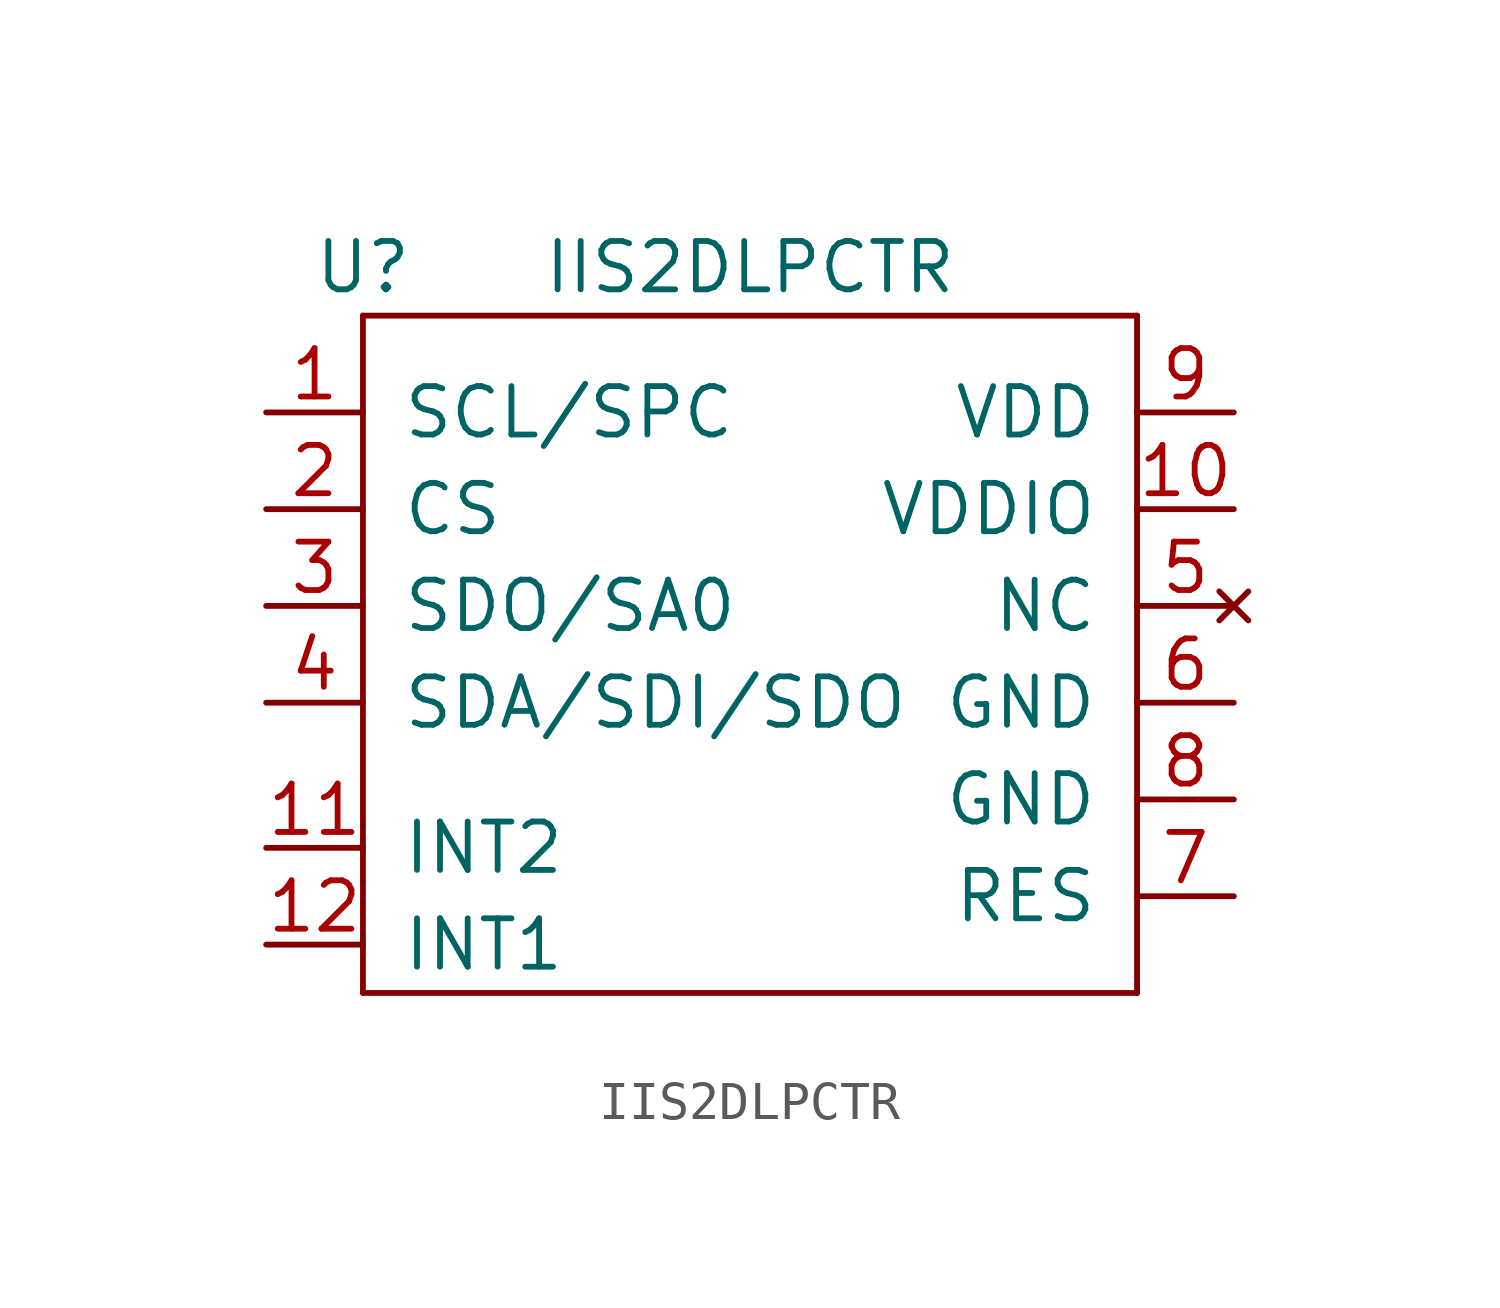
<source format=kicad_sym>
(kicad_symbol_lib
  (version 20220914)
  (generator kicad_symbol_editor)
  (symbol "IIS2DLPCTR"
    (pin_names
      (offset 1.016))
    (property "Reference" "U"
      (at -10.16 10.16 0)
      (effects (font (size 1.27 1.27))))
    (property "Value" "IIS2DLPCTR"
      (at 0 10.16 0)
      (effects (font (size 1.27 1.27))))
    (symbol "IIS2DLPCTR_0_1"
      (rectangle (start -10.16 -8.89) (end 10.16 -8.89) (stroke (width 0) (type solid)) (fill (type none)))
      (rectangle (start -10.16 8.89) (end -10.16 -8.89) (stroke (width 0) (type solid)) (fill (type none)))
      (rectangle (start 10.16 -8.89) (end 10.16 8.89) (stroke (width 0) (type solid)) (fill (type none)))
      (rectangle (start 10.16 8.89) (end -10.16 8.89) (stroke (width 0) (type solid)) (fill (type none))))
    (symbol "IIS2DLPCTR_1_1"
      (pin input line (at -12.7 6.35 0) (length 2.54) (name "SCL/SPC" (effects (font (size 1.27 1.27)))) (number "1" (effects (font (size 1.27 1.27)))))
      (pin power_in line (at 12.7 3.81 180) (length 2.54) (name "VDDIO" (effects (font (size 1.27 1.27)))) (number "10" (effects (font (size 1.27 1.27)))))
      (pin output line (at -12.7 -5.08 0) (length 2.54) (name "INT2" (effects (font (size 1.27 1.27)))) (number "11" (effects (font (size 1.27 1.27)))))
      (pin output line (at -12.7 -7.62 0) (length 2.54) (name "INT1" (effects (font (size 1.27 1.27)))) (number "12" (effects (font (size 1.27 1.27)))))
      (pin input line (at -12.7 3.81 0) (length 2.54) (name "CS" (effects (font (size 1.27 1.27)))) (number "2" (effects (font (size 1.27 1.27)))))
      (pin output line (at -12.7 1.27 0) (length 2.54) (name "SDO/SA0" (effects (font (size 1.27 1.27)))) (number "3" (effects (font (size 1.27 1.27)))))
      (pin input line (at -12.7 -1.27 0) (length 2.54) (name "SDA/SDI/SDO" (effects (font (size 1.27 1.27)))) (number "4" (effects (font (size 1.27 1.27)))))
      (pin no_connect line (at 12.7 1.27 180) (length 2.54) (name "NC" (effects (font (size 1.27 1.27)))) (number "5" (effects (font (size 1.27 1.27)))))
      (pin power_out line (at 12.7 -1.27 180) (length 2.54) (name "GND" (effects (font (size 1.27 1.27)))) (number "6" (effects (font (size 1.27 1.27)))))
      (pin passive line (at 12.7 -6.35 180) (length 2.54) (name "RES" (effects (font (size 1.27 1.27)))) (number "7" (effects (font (size 1.27 1.27)))))
      (pin power_out line (at 12.7 -3.81 180) (length 2.54) (name "GND" (effects (font (size 1.27 1.27)))) (number "8" (effects (font (size 1.27 1.27)))))
      (pin power_in line (at 12.7 6.35 180) (length 2.54) (name "VDD" (effects (font (size 1.27 1.27)))) (number "9" (effects (font (size 1.27 1.27))))))))
</source>
